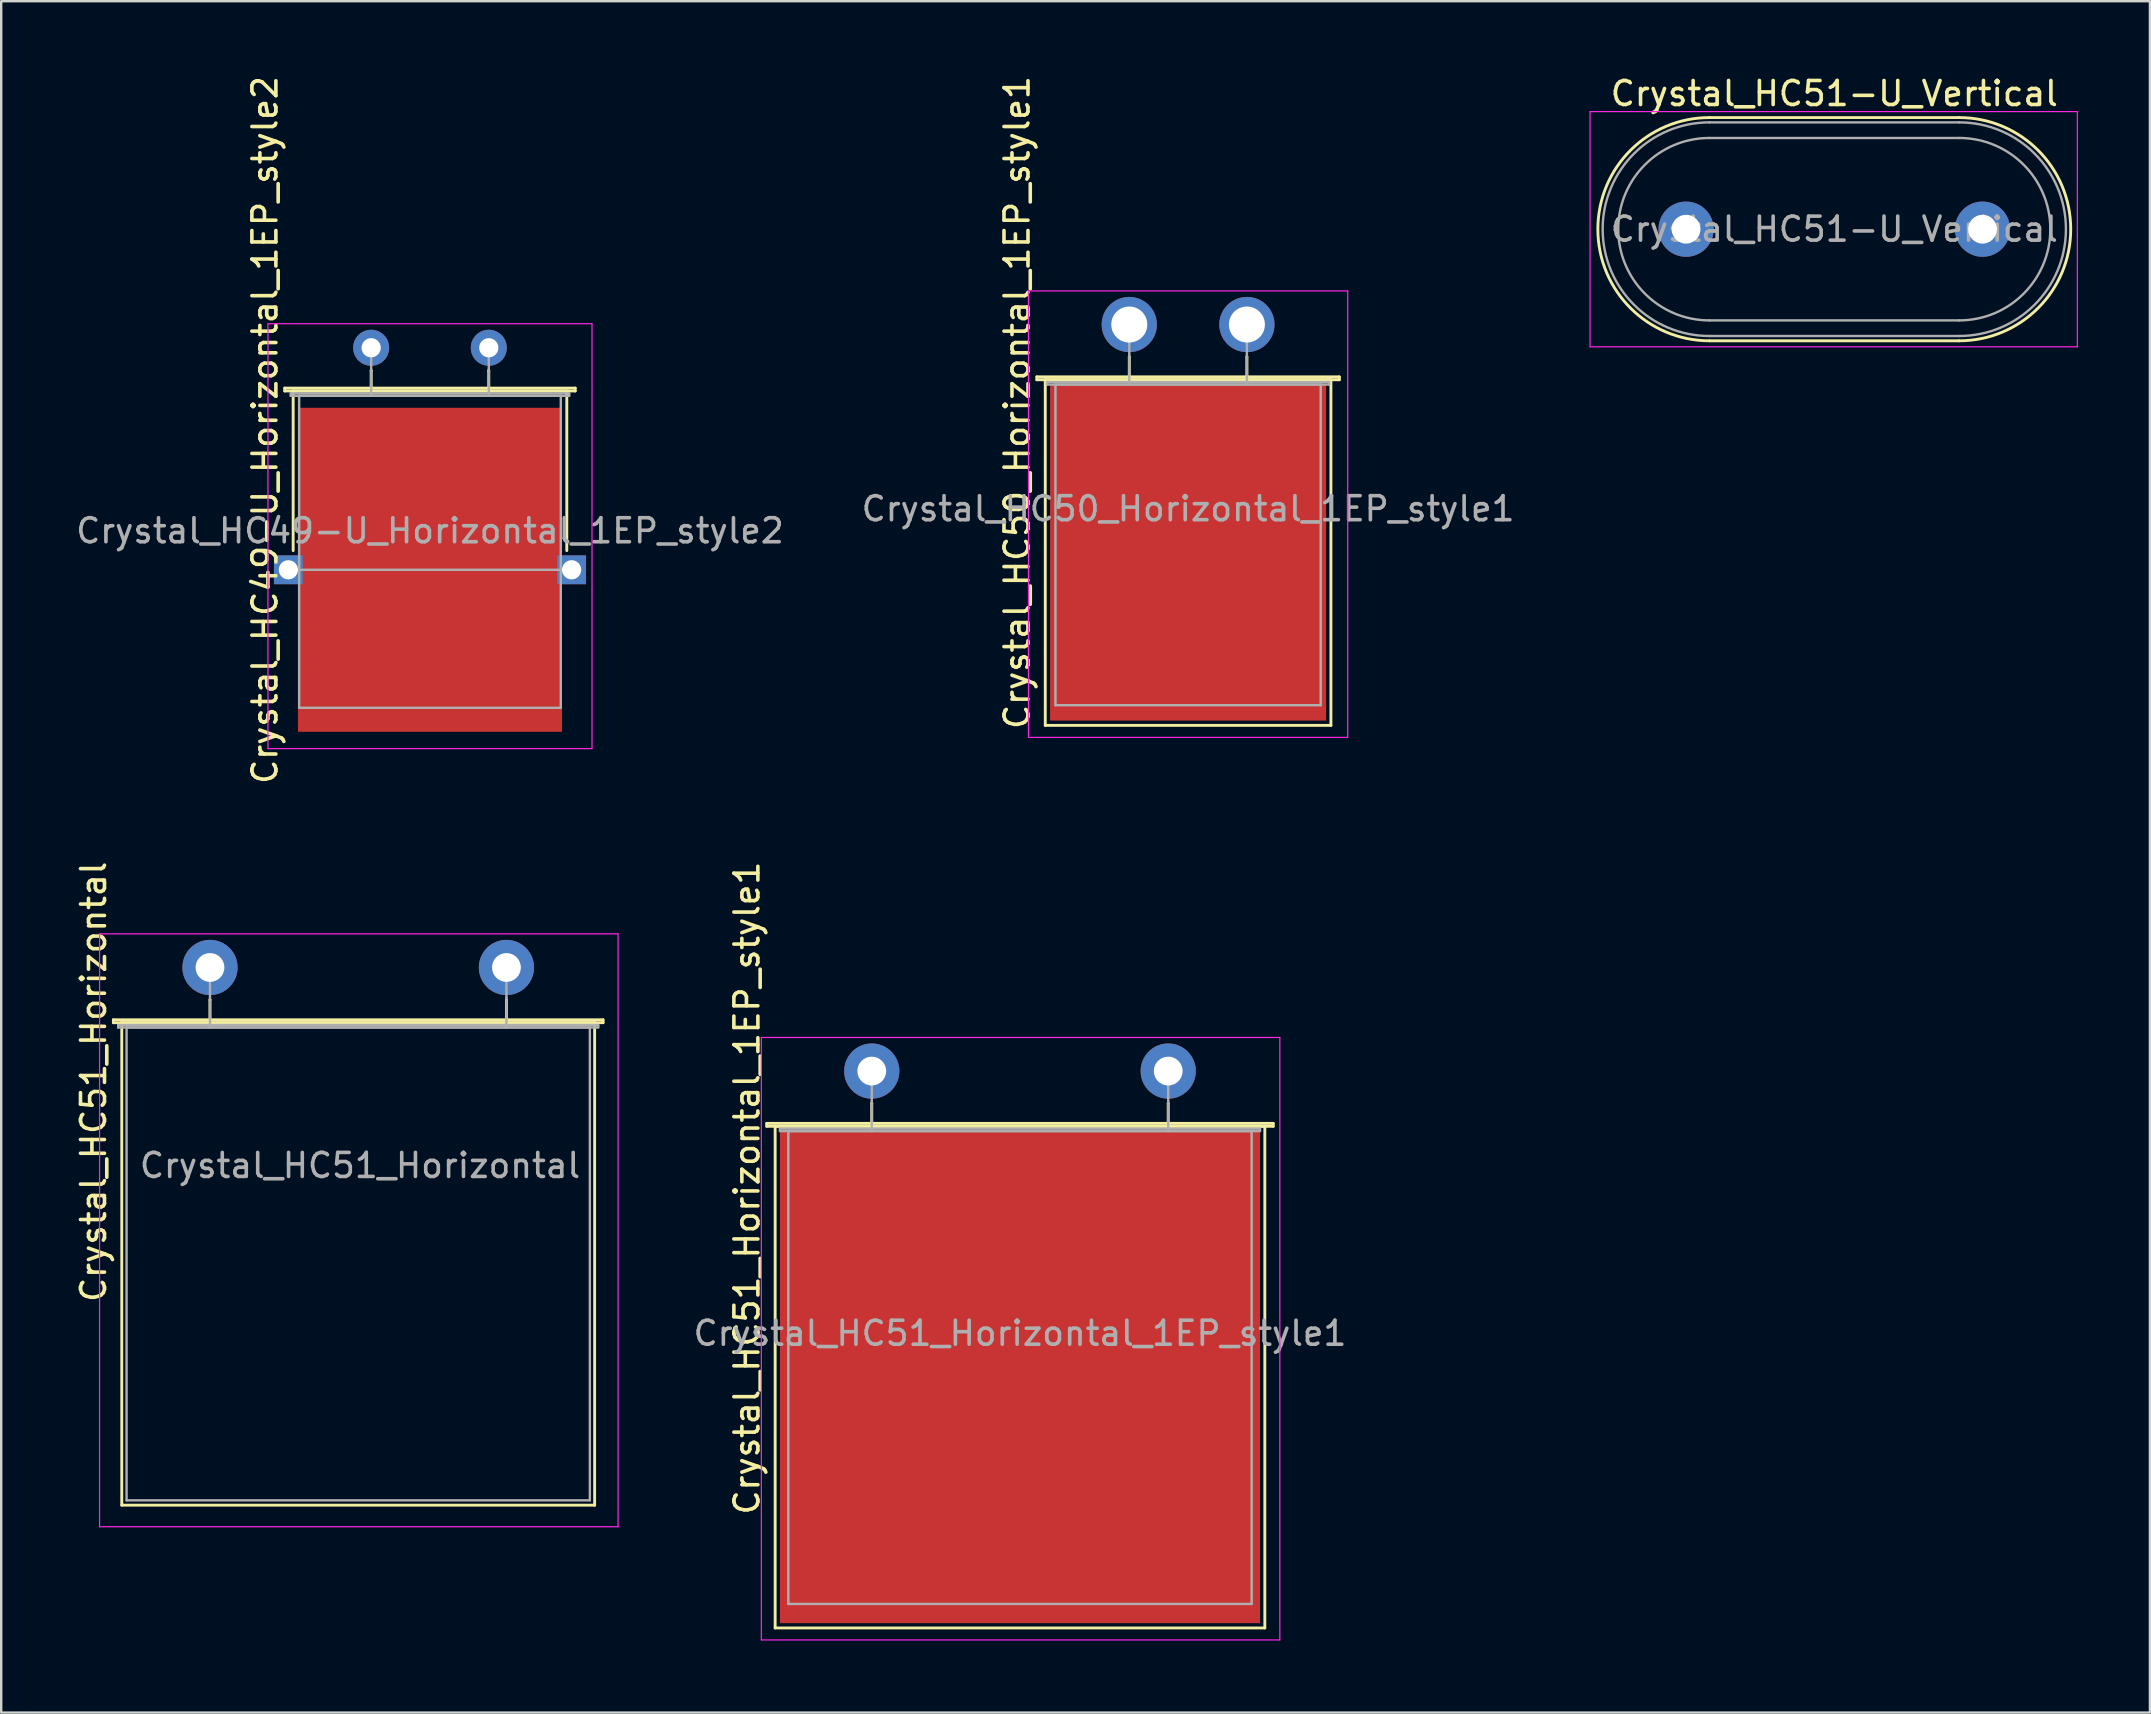
<source format=kicad_pcb>
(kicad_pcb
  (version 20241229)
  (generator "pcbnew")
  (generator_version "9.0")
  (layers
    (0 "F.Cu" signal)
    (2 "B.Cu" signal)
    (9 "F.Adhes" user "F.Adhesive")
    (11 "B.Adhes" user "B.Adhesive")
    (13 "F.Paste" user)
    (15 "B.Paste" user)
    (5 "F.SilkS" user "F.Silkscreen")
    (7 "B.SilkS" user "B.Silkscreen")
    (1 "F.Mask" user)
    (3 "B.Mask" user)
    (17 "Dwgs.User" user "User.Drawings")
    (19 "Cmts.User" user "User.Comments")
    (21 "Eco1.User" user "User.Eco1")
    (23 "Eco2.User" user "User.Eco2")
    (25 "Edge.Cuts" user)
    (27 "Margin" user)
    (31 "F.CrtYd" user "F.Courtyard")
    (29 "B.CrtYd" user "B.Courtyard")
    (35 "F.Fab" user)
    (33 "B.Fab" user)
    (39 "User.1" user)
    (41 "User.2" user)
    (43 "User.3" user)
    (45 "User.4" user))
  (footprint "Crystal_HC51_Horizontal"
    (layer "F.Cu")
    (at 5.698 37.255)
    (property "Reference" "Crystal_HC51_Horizontal" (at -4.85 4.763 90) (layer "F.SilkS") (effects (font (size 1 1) (thickness 0.15))))
    (attr through_hole)
    (fp_line (start -4.025 2.18) (end 16.375 2.18) (stroke (width 0.12) (type solid)) (layer "F.SilkS"))
    (fp_line (start -4.025 2.3) (end -4.025 2.18) (stroke (width 0.12) (type solid)) (layer "F.SilkS"))
    (fp_line (start -3.675 2.3) (end -3.675 22.4) (stroke (width 0.12) (type solid)) (layer "F.SilkS"))
    (fp_line (start -3.675 22.4) (end 16.025 22.4) (stroke (width 0.12) (type solid)) (layer "F.SilkS"))
    (fp_line (start 0 1.35) (end 0 1.35) (stroke (width 0.12) (type solid)) (layer "F.SilkS"))
    (fp_line (start 0 2.3) (end 0 1.35) (stroke (width 0.12) (type solid)) (layer "F.SilkS"))
    (fp_line (start 12.35 1.35) (end 12.35 1.35) (stroke (width 0.12) (type solid)) (layer "F.SilkS"))
    (fp_line (start 12.35 2.3) (end 12.35 1.35) (stroke (width 0.12) (type solid)) (layer "F.SilkS"))
    (fp_line (start 16.025 2.3) (end -3.675 2.3) (stroke (width 0.12) (type solid)) (layer "F.SilkS"))
    (fp_line (start 16.025 22.4) (end 16.025 2.3) (stroke (width 0.12) (type solid)) (layer "F.SilkS"))
    (fp_line (start 16.375 2.18) (end 16.375 2.3) (stroke (width 0.12) (type solid)) (layer "F.SilkS"))
    (fp_line (start 16.375 2.3) (end -4.025 2.3) (stroke (width 0.12) (type solid)) (layer "F.SilkS"))
    (fp_line (start -4.6 -1.4) (end -4.6 23.3) (stroke (width 0.05) (type solid)) (layer "F.CrtYd"))
    (fp_line (start -4.6 23.3) (end 17 23.3) (stroke (width 0.05) (type solid)) (layer "F.CrtYd"))
    (fp_line (start 17 -1.4) (end -4.6 -1.4) (stroke (width 0.05) (type solid)) (layer "F.CrtYd"))
    (fp_line (start 17 23.3) (end 17 -1.4) (stroke (width 0.05) (type solid)) (layer "F.CrtYd"))
    (fp_line (start -3.825 2.4) (end 16.175 2.4) (stroke (width 0.1) (type solid)) (layer "F.Fab"))
    (fp_line (start -3.825 2.5) (end -3.825 2.4) (stroke (width 0.1) (type solid)) (layer "F.Fab"))
    (fp_line (start -3.475 2.5) (end -3.475 22.2) (stroke (width 0.1) (type solid)) (layer "F.Fab"))
    (fp_line (start -3.475 22.2) (end 15.825 22.2) (stroke (width 0.1) (type solid)) (layer "F.Fab"))
    (fp_line (start 0 1.25) (end 0 0) (stroke (width 0.1) (type solid)) (layer "F.Fab"))
    (fp_line (start 0 2.5) (end 0 1.25) (stroke (width 0.1) (type solid)) (layer "F.Fab"))
    (fp_line (start 12.35 1.25) (end 12.35 0) (stroke (width 0.1) (type solid)) (layer "F.Fab"))
    (fp_line (start 12.35 2.5) (end 12.35 1.25) (stroke (width 0.1) (type solid)) (layer "F.Fab"))
    (fp_line (start 15.825 2.5) (end -3.475 2.5) (stroke (width 0.1) (type solid)) (layer "F.Fab"))
    (fp_line (start 15.825 22.2) (end 15.825 2.5) (stroke (width 0.1) (type solid)) (layer "F.Fab"))
    (fp_line (start 16.175 2.4) (end 16.175 2.5) (stroke (width 0.1) (type solid)) (layer "F.Fab"))
    (fp_line (start 16.175 2.5) (end -3.825 2.5) (stroke (width 0.1) (type solid)) (layer "F.Fab"))
    (fp_text user "${REFERENCE}" (at 6.25 8.25 0) (layer "F.Fab") (effects (font (size 1 1) (thickness 0.15))))
    (pad "1" thru_hole circle (at 0 0) (size 2.3 2.3) (drill 1.2) (layers "*.Cu" "*.Mask"))
    (pad "2" thru_hole circle (at 12.35 0) (size 2.3 2.3) (drill 1.2) (layers "*.Cu" "*.Mask")))
  (footprint "Crystal_HC50_Horizontal_1EP_style1"
    (layer "F.Cu")
    (at 43.996 10.47)
    (property "Reference" "Crystal_HC50_Horizontal_1EP_style1" (at -4.675 3.25 90) (layer "F.SilkS") (effects (font (size 1 1) (thickness 0.15))))
    (attr through_hole)
    (fp_line (start -3.85 2.18) (end 8.75 2.18) (stroke (width 0.12) (type solid)) (layer "F.SilkS"))
    (fp_line (start -3.85 2.3) (end -3.85 2.18) (stroke (width 0.12) (type solid)) (layer "F.SilkS"))
    (fp_line (start -3.5 2.3) (end -3.5 16.7) (stroke (width 0.12) (type solid)) (layer "F.SilkS"))
    (fp_line (start -3.5 16.7) (end 8.4 16.7) (stroke (width 0.12) (type solid)) (layer "F.SilkS"))
    (fp_line (start 0 1.35) (end 0 1.35) (stroke (width 0.12) (type solid)) (layer "F.SilkS"))
    (fp_line (start 0 2.3) (end 0 1.35) (stroke (width 0.12) (type solid)) (layer "F.SilkS"))
    (fp_line (start 4.9 1.35) (end 4.9 1.35) (stroke (width 0.12) (type solid)) (layer "F.SilkS"))
    (fp_line (start 4.9 2.3) (end 4.9 1.35) (stroke (width 0.12) (type solid)) (layer "F.SilkS"))
    (fp_line (start 8.4 2.3) (end -3.5 2.3) (stroke (width 0.12) (type solid)) (layer "F.SilkS"))
    (fp_line (start 8.4 16.7) (end 8.4 2.3) (stroke (width 0.12) (type solid)) (layer "F.SilkS"))
    (fp_line (start 8.75 2.18) (end 8.75 2.3) (stroke (width 0.12) (type solid)) (layer "F.SilkS"))
    (fp_line (start 8.75 2.3) (end -3.85 2.3) (stroke (width 0.12) (type solid)) (layer "F.SilkS"))
    (fp_line (start -4.2 -1.4) (end -4.2 17.2) (stroke (width 0.05) (type solid)) (layer "F.CrtYd"))
    (fp_line (start -4.2 17.2) (end 9.1 17.2) (stroke (width 0.05) (type solid)) (layer "F.CrtYd"))
    (fp_line (start 9.1 -1.4) (end -4.2 -1.4) (stroke (width 0.05) (type solid)) (layer "F.CrtYd"))
    (fp_line (start 9.1 17.2) (end 9.1 -1.4) (stroke (width 0.05) (type solid)) (layer "F.CrtYd"))
    (fp_line (start -3.425 2.4) (end 8.325 2.4) (stroke (width 0.1) (type solid)) (layer "F.Fab"))
    (fp_line (start -3.425 2.5) (end -3.425 2.4) (stroke (width 0.1) (type solid)) (layer "F.Fab"))
    (fp_line (start -3.075 2.5) (end -3.075 15.86) (stroke (width 0.1) (type solid)) (layer "F.Fab"))
    (fp_line (start -3.075 15.86) (end 7.975 15.86) (stroke (width 0.1) (type solid)) (layer "F.Fab"))
    (fp_line (start 0 1.25) (end 0 0) (stroke (width 0.1) (type solid)) (layer "F.Fab"))
    (fp_line (start 0 2.5) (end 0 1.25) (stroke (width 0.1) (type solid)) (layer "F.Fab"))
    (fp_line (start 4.9 1.25) (end 4.9 0) (stroke (width 0.1) (type solid)) (layer "F.Fab"))
    (fp_line (start 4.9 2.5) (end 4.9 1.25) (stroke (width 0.1) (type solid)) (layer "F.Fab"))
    (fp_line (start 7.975 2.5) (end -3.075 2.5) (stroke (width 0.1) (type solid)) (layer "F.Fab"))
    (fp_line (start 7.975 15.86) (end 7.975 2.5) (stroke (width 0.1) (type solid)) (layer "F.Fab"))
    (fp_line (start 8.325 2.4) (end 8.325 2.5) (stroke (width 0.1) (type solid)) (layer "F.Fab"))
    (fp_line (start 8.325 2.5) (end -3.425 2.5) (stroke (width 0.1) (type solid)) (layer "F.Fab"))
    (fp_text user "${REFERENCE}" (at 2.45 7.675 0) (layer "F.Fab") (effects (font (size 1 1) (thickness 0.15))))
    (pad "1" thru_hole circle (at 0 0) (size 2.3 2.3) (drill 1.5) (layers "*.Cu" "*.Mask"))
    (pad "2" thru_hole circle (at 4.9 0) (size 2.3 2.3) (drill 1.5) (layers "*.Cu" "*.Mask"))
    (pad "3" smd rect (at 2.45 9.5) (size 11.5 14) (layers "F.Cu" "F.Mask" "F.Paste")))
  (footprint "Crystal_HC51_Horizontal_1EP_style1"
    (layer "F.Cu")
    (at 33.268 41.571)
    (property "Reference" "Crystal_HC51_Horizontal_1EP_style1" (at -5.2 4.875 90) (layer "F.SilkS") (effects (font (size 1 1) (thickness 0.15))))
    (attr through_hole)
    (fp_line (start -4.375 2.18) (end 16.725 2.18) (stroke (width 0.12) (type solid)) (layer "F.SilkS"))
    (fp_line (start -4.375 2.3) (end -4.375 2.18) (stroke (width 0.12) (type solid)) (layer "F.SilkS"))
    (fp_line (start -4.025 2.3) (end -4.025 23.2) (stroke (width 0.12) (type solid)) (layer "F.SilkS"))
    (fp_line (start -4.025 23.2) (end 16.375 23.2) (stroke (width 0.12) (type solid)) (layer "F.SilkS"))
    (fp_line (start 0 1.35) (end 0 1.35) (stroke (width 0.12) (type solid)) (layer "F.SilkS"))
    (fp_line (start 0 2.3) (end 0 1.35) (stroke (width 0.12) (type solid)) (layer "F.SilkS"))
    (fp_line (start 12.35 1.35) (end 12.35 1.35) (stroke (width 0.12) (type solid)) (layer "F.SilkS"))
    (fp_line (start 12.35 2.3) (end 12.35 1.35) (stroke (width 0.12) (type solid)) (layer "F.SilkS"))
    (fp_line (start 16.375 2.3) (end -4.025 2.3) (stroke (width 0.12) (type solid)) (layer "F.SilkS"))
    (fp_line (start 16.375 23.2) (end 16.375 2.3) (stroke (width 0.12) (type solid)) (layer "F.SilkS"))
    (fp_line (start 16.725 2.18) (end 16.725 2.3) (stroke (width 0.12) (type solid)) (layer "F.SilkS"))
    (fp_line (start 16.725 2.3) (end -4.375 2.3) (stroke (width 0.12) (type solid)) (layer "F.SilkS"))
    (fp_line (start -4.6 -1.4) (end -4.6 23.7) (stroke (width 0.05) (type solid)) (layer "F.CrtYd"))
    (fp_line (start -4.6 23.7) (end 17 23.7) (stroke (width 0.05) (type solid)) (layer "F.CrtYd"))
    (fp_line (start 17 -1.4) (end -4.6 -1.4) (stroke (width 0.05) (type solid)) (layer "F.CrtYd"))
    (fp_line (start 17 23.7) (end 17 -1.4) (stroke (width 0.05) (type solid)) (layer "F.CrtYd"))
    (fp_line (start -3.825 2.4) (end 16.175 2.4) (stroke (width 0.1) (type solid)) (layer "F.Fab"))
    (fp_line (start -3.825 2.5) (end -3.825 2.4) (stroke (width 0.1) (type solid)) (layer "F.Fab"))
    (fp_line (start -3.475 2.5) (end -3.475 22.2) (stroke (width 0.1) (type solid)) (layer "F.Fab"))
    (fp_line (start -3.475 22.2) (end 15.825 22.2) (stroke (width 0.1) (type solid)) (layer "F.Fab"))
    (fp_line (start 0 1.25) (end 0 0) (stroke (width 0.1) (type solid)) (layer "F.Fab"))
    (fp_line (start 0 2.5) (end 0 1.25) (stroke (width 0.1) (type solid)) (layer "F.Fab"))
    (fp_line (start 12.35 1.25) (end 12.35 0) (stroke (width 0.1) (type solid)) (layer "F.Fab"))
    (fp_line (start 12.35 2.5) (end 12.35 1.25) (stroke (width 0.1) (type solid)) (layer "F.Fab"))
    (fp_line (start 15.825 2.5) (end -3.475 2.5) (stroke (width 0.1) (type solid)) (layer "F.Fab"))
    (fp_line (start 15.825 22.2) (end 15.825 2.5) (stroke (width 0.1) (type solid)) (layer "F.Fab"))
    (fp_line (start 16.175 2.4) (end 16.175 2.5) (stroke (width 0.1) (type solid)) (layer "F.Fab"))
    (fp_line (start 16.175 2.5) (end -3.825 2.5) (stroke (width 0.1) (type solid)) (layer "F.Fab"))
    (fp_text user "${REFERENCE}" (at 6.175 10.925 0) (layer "F.Fab") (effects (font (size 1 1) (thickness 0.15))))
    (pad "1" thru_hole circle (at 0 0) (size 2.3 2.3) (drill 1.2) (layers "*.Cu" "*.Mask"))
    (pad "2" thru_hole circle (at 12.35 0) (size 2.3 2.3) (drill 1.2) (layers "*.Cu" "*.Mask"))
    (pad "3" smd rect (at 6.175 12.75) (size 20 20.5) (layers "F.Cu" "F.Mask" "F.Paste")))
  (footprint "Crystal_HC51-U_Vertical"
    (layer "F.Cu")
    (at 67.192 6.498)
    (property "Reference" "Crystal_HC51-U_Vertical" (at 6.175 -5.65 0) (layer "F.SilkS") (effects (font (size 1 1) (thickness 0.15))))
    (attr through_hole)
    (fp_line (start 0.975 -4.65) (end 11.375 -4.65) (stroke (width 0.12) (type solid)) (layer "F.SilkS"))
    (fp_line (start 0.975 4.65) (end 11.375 4.65) (stroke (width 0.12) (type solid)) (layer "F.SilkS"))
    (fp_arc (start 0.975 4.65) (mid -3.675 0) (end 0.975 -4.65) (stroke (width 0.12) (type solid)) (layer "F.SilkS"))
    (fp_arc (start 11.375 -4.65) (mid 16.025 0) (end 11.375 4.65) (stroke (width 0.12) (type solid)) (layer "F.SilkS"))
    (fp_line (start -4 -4.9) (end -4 4.9) (stroke (width 0.05) (type solid)) (layer "F.CrtYd"))
    (fp_line (start -4 4.9) (end 16.3 4.9) (stroke (width 0.05) (type solid)) (layer "F.CrtYd"))
    (fp_line (start 16.3 -4.9) (end -4 -4.9) (stroke (width 0.05) (type solid)) (layer "F.CrtYd"))
    (fp_line (start 16.3 4.9) (end 16.3 -4.9) (stroke (width 0.05) (type solid)) (layer "F.CrtYd"))
    (fp_line (start 0.975 -4.45) (end 11.375 -4.45) (stroke (width 0.1) (type solid)) (layer "F.Fab"))
    (fp_line (start 0.975 -3.8) (end 11.375 -3.8) (stroke (width 0.1) (type solid)) (layer "F.Fab"))
    (fp_line (start 0.975 3.8) (end 11.375 3.8) (stroke (width 0.1) (type solid)) (layer "F.Fab"))
    (fp_line (start 0.975 4.45) (end 11.375 4.45) (stroke (width 0.1) (type solid)) (layer "F.Fab"))
    (fp_arc (start 0.975 3.8) (mid -2.825 0) (end 0.975 -3.8) (stroke (width 0.1) (type solid)) (layer "F.Fab"))
    (fp_arc (start 0.975 4.45) (mid -3.475 0) (end 0.975 -4.45) (stroke (width 0.1) (type solid)) (layer "F.Fab"))
    (fp_arc (start 11.375 -4.45) (mid 15.825 0) (end 11.375 4.45) (stroke (width 0.1) (type solid)) (layer "F.Fab"))
    (fp_arc (start 11.375 -3.8) (mid 15.175 0) (end 11.375 3.8) (stroke (width 0.1) (type solid)) (layer "F.Fab"))
    (fp_text user "${REFERENCE}" (at 6.175 0 0) (layer "F.Fab") (effects (font (size 1 1) (thickness 0.15))))
    (pad "1" thru_hole circle (at 0 0) (size 2.3 2.3) (drill 1.2) (layers "*.Cu" "*.Mask"))
    (pad "2" thru_hole circle (at 12.35 0) (size 2.3 2.3) (drill 1.2) (layers "*.Cu" "*.Mask")))
  (footprint "Crystal_HC49-U_Horizontal_1EP_style2"
    (layer "F.Cu")
    (at 12.413 11.438)
    (property "Reference" "Crystal_HC49-U_Horizontal_1EP_style2" (at -4.425 3.425 90) (layer "F.SilkS") (effects (font (size 1 1) (thickness 0.15))))
    (attr through_hole)
    (fp_line (start -3.6 1.68) (end 8.5 1.68) (stroke (width 0.12) (type solid)) (layer "F.SilkS"))
    (fp_line (start -3.6 1.8) (end -3.6 1.68) (stroke (width 0.12) (type solid)) (layer "F.SilkS"))
    (fp_line (start -3.25 1.8) (end 8.15 1.8) (stroke (width 0.12) (type solid)) (layer "F.SilkS"))
    (fp_line (start -3.25 8.45) (end -3.25 1.8) (stroke (width 0.12) (type solid)) (layer "F.SilkS"))
    (fp_line (start 0 0.95) (end 0 0.95) (stroke (width 0.12) (type solid)) (layer "F.SilkS"))
    (fp_line (start 0 1.8) (end 0 0.95) (stroke (width 0.12) (type solid)) (layer "F.SilkS"))
    (fp_line (start 4.9 0.95) (end 4.9 0.95) (stroke (width 0.12) (type solid)) (layer "F.SilkS"))
    (fp_line (start 4.9 1.8) (end 4.9 0.95) (stroke (width 0.12) (type solid)) (layer "F.SilkS"))
    (fp_line (start 8.15 1.8) (end 8.15 8.45) (stroke (width 0.12) (type solid)) (layer "F.SilkS"))
    (fp_line (start 8.5 1.68) (end 8.5 1.8) (stroke (width 0.12) (type solid)) (layer "F.SilkS"))
    (fp_line (start 8.5 1.8) (end -3.6 1.8) (stroke (width 0.12) (type solid)) (layer "F.SilkS"))
    (fp_line (start -4.3 -1) (end -4.3 16.7) (stroke (width 0.05) (type solid)) (layer "F.CrtYd"))
    (fp_line (start -4.3 16.7) (end 9.2 16.7) (stroke (width 0.05) (type solid)) (layer "F.CrtYd"))
    (fp_line (start 9.2 -1) (end -4.3 -1) (stroke (width 0.05) (type solid)) (layer "F.CrtYd"))
    (fp_line (start 9.2 16.7) (end 9.2 -1) (stroke (width 0.05) (type solid)) (layer "F.CrtYd"))
    (fp_line (start -3.45 9.25) (end 8.35 9.25) (stroke (width 0.1) (type solid)) (layer "F.Fab"))
    (fp_line (start -3.35 1.9) (end 8.25 1.9) (stroke (width 0.1) (type solid)) (layer "F.Fab"))
    (fp_line (start -3.35 2) (end -3.35 1.9) (stroke (width 0.1) (type solid)) (layer "F.Fab"))
    (fp_line (start -3 2) (end -3 15) (stroke (width 0.1) (type solid)) (layer "F.Fab"))
    (fp_line (start -3 15) (end 7.9 15) (stroke (width 0.1) (type solid)) (layer "F.Fab"))
    (fp_line (start 0 1) (end 0 0) (stroke (width 0.1) (type solid)) (layer "F.Fab"))
    (fp_line (start 0 2) (end 0 1) (stroke (width 0.1) (type solid)) (layer "F.Fab"))
    (fp_line (start 4.9 1) (end 4.9 0) (stroke (width 0.1) (type solid)) (layer "F.Fab"))
    (fp_line (start 4.9 2) (end 4.9 1) (stroke (width 0.1) (type solid)) (layer "F.Fab"))
    (fp_line (start 7.9 2) (end -3 2) (stroke (width 0.1) (type solid)) (layer "F.Fab"))
    (fp_line (start 7.9 15) (end 7.9 2) (stroke (width 0.1) (type solid)) (layer "F.Fab"))
    (fp_line (start 8.25 1.9) (end 8.25 2) (stroke (width 0.1) (type solid)) (layer "F.Fab"))
    (fp_line (start 8.25 2) (end -3.35 2) (stroke (width 0.1) (type solid)) (layer "F.Fab"))
    (fp_text user "${REFERENCE}" (at 2.45 7.625 0) (layer "F.Fab") (effects (font (size 1 1) (thickness 0.15))))
    (pad "1" thru_hole circle (at 0 0) (size 1.5 1.5) (drill 0.8) (layers "*.Cu" "*.Mask"))
    (pad "2" thru_hole circle (at 4.9 0) (size 1.5 1.5) (drill 0.8) (layers "*.Cu" "*.Mask"))
    (pad "3" thru_hole rect (at -3.45 9.25) (size 1.2 1.2) (drill 0.8) (layers "*.Cu" "*.Mask"))
    (pad "3" smd rect (at 2.45 9.25) (size 11 13.5) (layers "F.Cu" "F.Mask" "F.Paste"))
    (pad "3" thru_hole rect (at 8.35 9.25) (size 1.2 1.2) (drill 0.8) (layers "*.Cu" "*.Mask")))
  (gr_rect
    (start -3 -3)
    (end 86.517 68.296)
    (stroke (width 0.1) (type default))
    (fill no)
    (layer "Edge.Cuts")))
</source>
